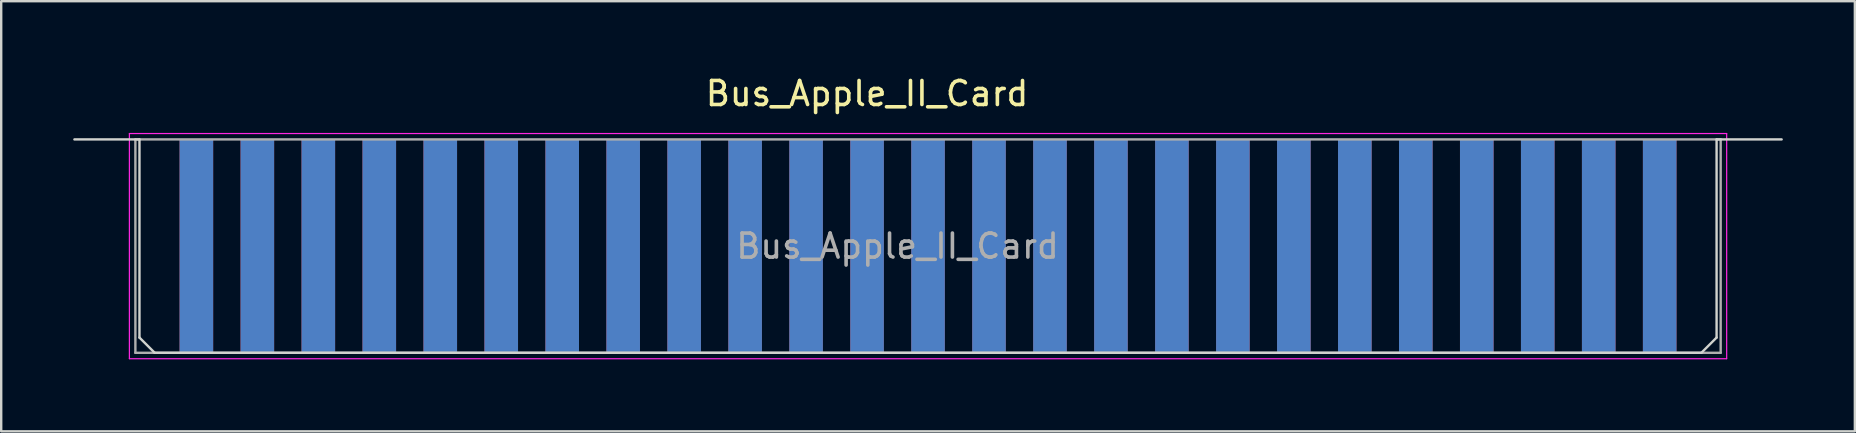
<source format=kicad_pcb>
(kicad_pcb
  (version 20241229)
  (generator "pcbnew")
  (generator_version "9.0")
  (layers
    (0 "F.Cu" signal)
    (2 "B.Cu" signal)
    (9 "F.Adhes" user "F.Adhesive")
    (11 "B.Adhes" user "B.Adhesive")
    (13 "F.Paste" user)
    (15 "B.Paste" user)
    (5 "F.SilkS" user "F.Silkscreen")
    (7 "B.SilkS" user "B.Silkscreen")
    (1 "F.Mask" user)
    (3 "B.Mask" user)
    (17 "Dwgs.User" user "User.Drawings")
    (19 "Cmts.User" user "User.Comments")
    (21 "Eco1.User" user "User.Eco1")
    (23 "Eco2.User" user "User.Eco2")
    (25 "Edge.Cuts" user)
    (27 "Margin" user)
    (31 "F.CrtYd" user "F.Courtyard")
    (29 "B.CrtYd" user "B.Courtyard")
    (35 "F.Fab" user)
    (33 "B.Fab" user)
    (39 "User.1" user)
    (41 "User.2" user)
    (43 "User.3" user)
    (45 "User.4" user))
  (footprint "Bus_Apple_II_Card"
    (layer "F.Cu")
    (at 5.13 7.203)
    (property "Reference" "Bus_Apple_II_Card" (at 27.94 -6.355 0) (layer "F.SilkS") (effects (font (size 1 1) (thickness 0.15))))
    (attr exclude_from_pos_files exclude_from_bom)
    (fp_rect (start -2.54 -4.445) (end 63.5 4.445) (stroke (width 0.12) (type solid)) (fill yes) (layer "F.Mask"))
    (fp_rect (start -2.54 -4.445) (end 63.5 4.445) (stroke (width 0.12) (type solid)) (fill yes) (layer "B.Mask"))
    (fp_line (start -5.08 -4.445) (end -2.37 -4.445) (stroke (width 0.1) (type solid)) (layer "Edge.Cuts"))
    (fp_line (start -2.37 -4.445) (end -2.37 3.81) (stroke (width 0.1) (type solid)) (layer "Edge.Cuts"))
    (fp_line (start -2.37 3.81) (end -1.735 4.445) (stroke (width 0.1) (type solid)) (layer "Edge.Cuts"))
    (fp_line (start -1.735 4.445) (end 62.695 4.445) (stroke (width 0.1) (type solid)) (layer "Edge.Cuts"))
    (fp_line (start 62.695 4.445) (end 63.33 3.81) (stroke (width 0.1) (type solid)) (layer "Edge.Cuts"))
    (fp_line (start 63.33 -4.445) (end 66.04 -4.445) (stroke (width 0.1) (type solid)) (layer "Edge.Cuts"))
    (fp_line (start 63.33 3.81) (end 63.33 -4.445) (stroke (width 0.1) (type solid)) (layer "Edge.Cuts"))
    (fp_line (start -2.79 -4.69) (end -2.79 4.69) (stroke (width 0.05) (type solid)) (layer "F.CrtYd"))
    (fp_line (start -2.79 -4.69) (end 63.75 -4.69) (stroke (width 0.05) (type solid)) (layer "F.CrtYd"))
    (fp_line (start 63.75 4.69) (end -2.79 4.69) (stroke (width 0.05) (type solid)) (layer "F.CrtYd"))
    (fp_line (start 63.75 4.69) (end 63.75 -4.69) (stroke (width 0.05) (type solid)) (layer "F.CrtYd"))
    (fp_line (start -2.54 -4.445) (end 63.5 -4.445) (stroke (width 0.1) (type solid)) (layer "F.Fab"))
    (fp_line (start -2.54 4.445) (end -2.54 -4.445) (stroke (width 0.1) (type solid)) (layer "F.Fab"))
    (fp_line (start 63.5 -4.445) (end 63.5 4.445) (stroke (width 0.1) (type solid)) (layer "F.Fab"))
    (fp_line (start 63.5 4.445) (end -2.54 4.445) (stroke (width 0.1) (type solid)) (layer "F.Fab"))
    (fp_text user "${REFERENCE}" (at 29.21 0 0) (layer "F.Fab") (effects (font (size 1 1) (thickness 0.15))))
    (pad "1" connect rect (at 0 0) (size 1.4 8.88) (layers "F.Cu" "F.Mask"))
    (pad "2" connect rect (at 2.54 0) (size 1.4 8.88) (layers "F.Cu" "F.Mask"))
    (pad "3" connect rect (at 5.08 0) (size 1.4 8.88) (layers "F.Cu" "F.Mask"))
    (pad "4" connect rect (at 7.62 0) (size 1.4 8.88) (layers "F.Cu" "F.Mask"))
    (pad "5" connect rect (at 10.16 0) (size 1.4 8.88) (layers "F.Cu" "F.Mask"))
    (pad "6" connect rect (at 12.7 0) (size 1.4 8.88) (layers "F.Cu" "F.Mask"))
    (pad "7" connect rect (at 15.24 0) (size 1.4 8.88) (layers "F.Cu" "F.Mask"))
    (pad "8" connect rect (at 17.78 0) (size 1.4 8.88) (layers "F.Cu" "F.Mask"))
    (pad "9" connect rect (at 20.32 0) (size 1.4 8.88) (layers "F.Cu" "F.Mask"))
    (pad "10" connect rect (at 22.86 0) (size 1.4 8.88) (layers "F.Cu" "F.Mask"))
    (pad "11" connect rect (at 25.4 0) (size 1.4 8.88) (layers "F.Cu" "F.Mask"))
    (pad "12" connect rect (at 27.94 0) (size 1.4 8.88) (layers "F.Cu" "F.Mask"))
    (pad "13" connect rect (at 30.48 0) (size 1.4 8.88) (layers "F.Cu" "F.Mask"))
    (pad "14" connect rect (at 33.02 0) (size 1.4 8.88) (layers "F.Cu" "F.Mask"))
    (pad "15" connect rect (at 35.56 0) (size 1.4 8.88) (layers "F.Cu" "F.Mask"))
    (pad "16" connect rect (at 38.1 0) (size 1.4 8.88) (layers "F.Cu" "F.Mask"))
    (pad "17" connect rect (at 40.64 0) (size 1.4 8.88) (layers "F.Cu" "F.Mask"))
    (pad "18" connect rect (at 43.18 0) (size 1.4 8.88) (layers "F.Cu" "F.Mask"))
    (pad "19" connect rect (at 45.72 0) (size 1.4 8.88) (layers "F.Cu" "F.Mask"))
    (pad "20" connect rect (at 48.26 0) (size 1.4 8.88) (layers "F.Cu" "F.Mask"))
    (pad "21" connect rect (at 50.8 0) (size 1.4 8.88) (layers "F.Cu" "F.Mask"))
    (pad "22" connect rect (at 53.34 0) (size 1.4 8.88) (layers "F.Cu" "F.Mask"))
    (pad "23" connect rect (at 55.88 0) (size 1.4 8.88) (layers "F.Cu" "F.Mask"))
    (pad "24" connect rect (at 58.42 0) (size 1.4 8.88) (layers "F.Cu" "F.Mask"))
    (pad "25" connect rect (at 60.96 0) (size 1.4 8.88) (layers "F.Cu" "F.Mask"))
    (pad "26" connect rect (at 60.96 0) (size 1.4 8.88) (layers "B.Cu" "B.Mask"))
    (pad "27" connect rect (at 58.42 0) (size 1.4 8.88) (layers "B.Cu" "B.Mask"))
    (pad "28" connect rect (at 55.88 0) (size 1.4 8.88) (layers "B.Cu" "B.Mask"))
    (pad "29" connect rect (at 53.34 0) (size 1.4 8.88) (layers "B.Cu" "B.Mask"))
    (pad "30" connect rect (at 50.8 0) (size 1.4 8.88) (layers "B.Cu" "B.Mask"))
    (pad "31" connect rect (at 48.26 0) (size 1.4 8.88) (layers "B.Cu" "B.Mask"))
    (pad "32" connect rect (at 45.72 0) (size 1.4 8.88) (layers "B.Cu" "B.Mask"))
    (pad "33" connect rect (at 43.18 0) (size 1.4 8.88) (layers "B.Cu" "B.Mask"))
    (pad "34" connect rect (at 40.64 0) (size 1.4 8.88) (layers "B.Cu" "B.Mask"))
    (pad "35" connect rect (at 38.1 0) (size 1.4 8.88) (layers "B.Cu" "B.Mask"))
    (pad "36" connect rect (at 35.56 0) (size 1.4 8.88) (layers "B.Cu" "B.Mask"))
    (pad "37" connect rect (at 33.02 0) (size 1.4 8.88) (layers "B.Cu" "B.Mask"))
    (pad "38" connect rect (at 30.48 0) (size 1.4 8.88) (layers "B.Cu" "B.Mask"))
    (pad "39" connect rect (at 27.94 0) (size 1.4 8.88) (layers "B.Cu" "B.Mask"))
    (pad "40" connect rect (at 25.4 0) (size 1.4 8.88) (layers "B.Cu" "B.Mask"))
    (pad "41" connect rect (at 22.86 0) (size 1.4 8.88) (layers "B.Cu" "B.Mask"))
    (pad "42" connect rect (at 20.32 0) (size 1.4 8.88) (layers "B.Cu" "B.Mask"))
    (pad "43" connect rect (at 17.78 0) (size 1.4 8.88) (layers "B.Cu" "B.Mask"))
    (pad "44" connect rect (at 15.24 0) (size 1.4 8.88) (layers "B.Cu" "B.Mask"))
    (pad "45" connect rect (at 12.7 0) (size 1.4 8.88) (layers "B.Cu" "B.Mask"))
    (pad "46" connect rect (at 10.16 0) (size 1.4 8.88) (layers "B.Cu" "B.Mask"))
    (pad "47" connect rect (at 7.62 0) (size 1.4 8.88) (layers "B.Cu" "B.Mask"))
    (pad "48" connect rect (at 5.08 0) (size 1.4 8.88) (layers "B.Cu" "B.Mask"))
    (pad "49" connect rect (at 2.54 0) (size 1.4 8.88) (layers "B.Cu" "B.Mask"))
    (pad "50" connect rect (at 0 0) (size 1.4 8.88) (layers "B.Cu" "B.Mask")))
  (gr_rect
    (start -3 -3)
    (end 74.22 14.918)
    (stroke (width 0.1) (type default))
    (fill no)
    (layer "Edge.Cuts")))
</source>
